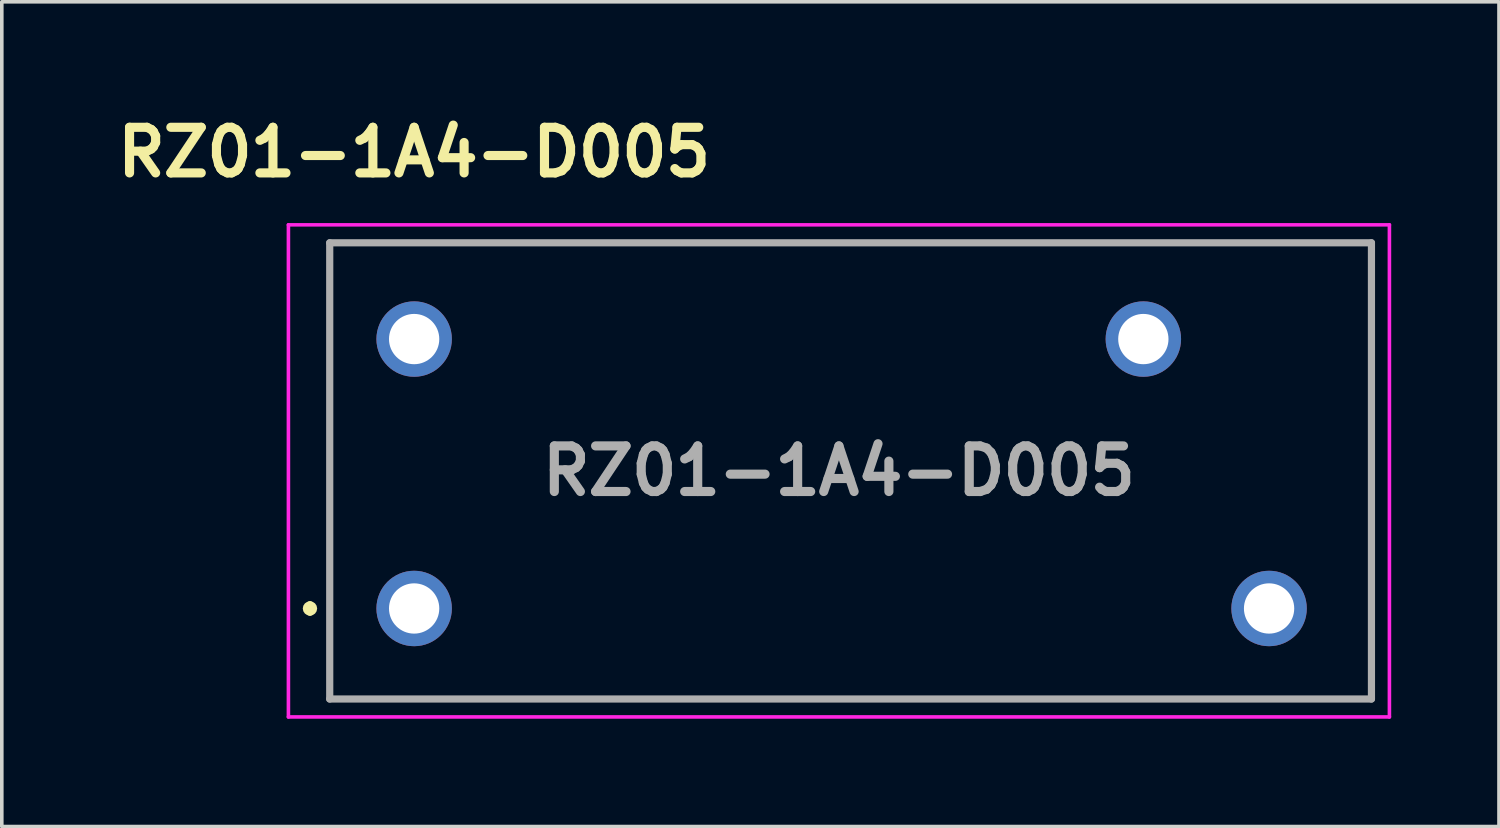
<source format=kicad_pcb>
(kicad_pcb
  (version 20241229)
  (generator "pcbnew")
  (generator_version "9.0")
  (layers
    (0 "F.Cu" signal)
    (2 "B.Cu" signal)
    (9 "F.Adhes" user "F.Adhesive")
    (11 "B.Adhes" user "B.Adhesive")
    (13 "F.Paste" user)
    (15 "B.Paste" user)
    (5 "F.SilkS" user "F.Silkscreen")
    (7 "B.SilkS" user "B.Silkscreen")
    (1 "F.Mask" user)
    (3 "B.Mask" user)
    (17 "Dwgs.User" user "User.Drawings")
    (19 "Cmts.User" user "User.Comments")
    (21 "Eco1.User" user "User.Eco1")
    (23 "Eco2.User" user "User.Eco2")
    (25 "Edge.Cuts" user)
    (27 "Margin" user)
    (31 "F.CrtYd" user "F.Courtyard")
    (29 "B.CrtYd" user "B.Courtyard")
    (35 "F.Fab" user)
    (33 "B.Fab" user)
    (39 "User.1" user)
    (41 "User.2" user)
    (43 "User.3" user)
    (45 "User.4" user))
  (footprint "RZ01-1A4-D005"
    (layer "F.Cu")
    (at 8.479 13.889)
    (property "Reference" "RZ01-1A4-D005" (at 0 -12.7 0) (layer "F.SilkS") (effects (font (size 1.27 1.27) (thickness 0.254))))
    (attr through_hole)
    (fp_line (start -2.9 -0.1) (end -2.9 -0.1) (stroke (width 0.2) (type solid)) (layer "F.SilkS"))
    (fp_line (start -2.9 0.1) (end -2.9 0.1) (stroke (width 0.2) (type solid)) (layer "F.SilkS"))
    (fp_line (start -2.35 -10.18) (end -2.35 2.52) (stroke (width 0.1) (type solid)) (layer "F.SilkS"))
    (fp_line (start -2.35 2.52) (end 26.65 2.52) (stroke (width 0.1) (type solid)) (layer "F.SilkS"))
    (fp_line (start 26.65 -10.18) (end -2.35 -10.18) (stroke (width 0.1) (type solid)) (layer "F.SilkS"))
    (fp_line (start 26.65 2.52) (end 26.65 -10.18) (stroke (width 0.1) (type solid)) (layer "F.SilkS"))
    (fp_arc (start -2.9 -0.1) (mid -2.8 0) (end -2.9 0.1) (stroke (width 0.2) (type solid)) (layer "F.SilkS"))
    (fp_arc (start -2.9 0.1) (mid -3 0) (end -2.9 -0.1) (stroke (width 0.2) (type solid)) (layer "F.SilkS"))
    (fp_line (start -3.5 -10.68) (end -3.5 3.02) (stroke (width 0.1) (type solid)) (layer "F.CrtYd"))
    (fp_line (start -3.5 3.02) (end 27.15 3.02) (stroke (width 0.1) (type solid)) (layer "F.CrtYd"))
    (fp_line (start 27.15 -10.68) (end -3.5 -10.68) (stroke (width 0.1) (type solid)) (layer "F.CrtYd"))
    (fp_line (start 27.15 3.02) (end 27.15 -10.68) (stroke (width 0.1) (type solid)) (layer "F.CrtYd"))
    (fp_line (start -2.35 -10.18) (end -2.35 2.52) (stroke (width 0.2) (type solid)) (layer "F.Fab"))
    (fp_line (start -2.35 2.52) (end 26.65 2.52) (stroke (width 0.2) (type solid)) (layer "F.Fab"))
    (fp_line (start 26.65 -10.18) (end -2.35 -10.18) (stroke (width 0.2) (type solid)) (layer "F.Fab"))
    (fp_line (start 26.65 2.52) (end 26.65 -10.18) (stroke (width 0.2) (type solid)) (layer "F.Fab"))
    (fp_text user "${REFERENCE}" (at 11.825 -3.83 0) (layer "F.Fab") (effects (font (size 1.27 1.27) (thickness 0.254))))
    (pad "11" thru_hole circle (at 20.3 -7.5) (size 2.1 2.1) (drill 1.4) (layers "*.Cu" "*.Mask"))
    (pad "14" thru_hole circle (at 23.8 0) (size 2.1 2.1) (drill 1.4) (layers "*.Cu" "*.Mask"))
    (pad "A1" thru_hole circle (at 0 0) (size 2.1 2.1) (drill 1.4) (layers "*.Cu" "*.Mask"))
    (pad "A2" thru_hole circle (at 0 -7.5) (size 2.1 2.1) (drill 1.4) (layers "*.Cu" "*.Mask")))
  (gr_rect
    (start -3 -3)
    (end 38.679 19.959)
    (stroke (width 0.1) (type default))
    (fill no)
    (layer "Edge.Cuts")))
</source>
